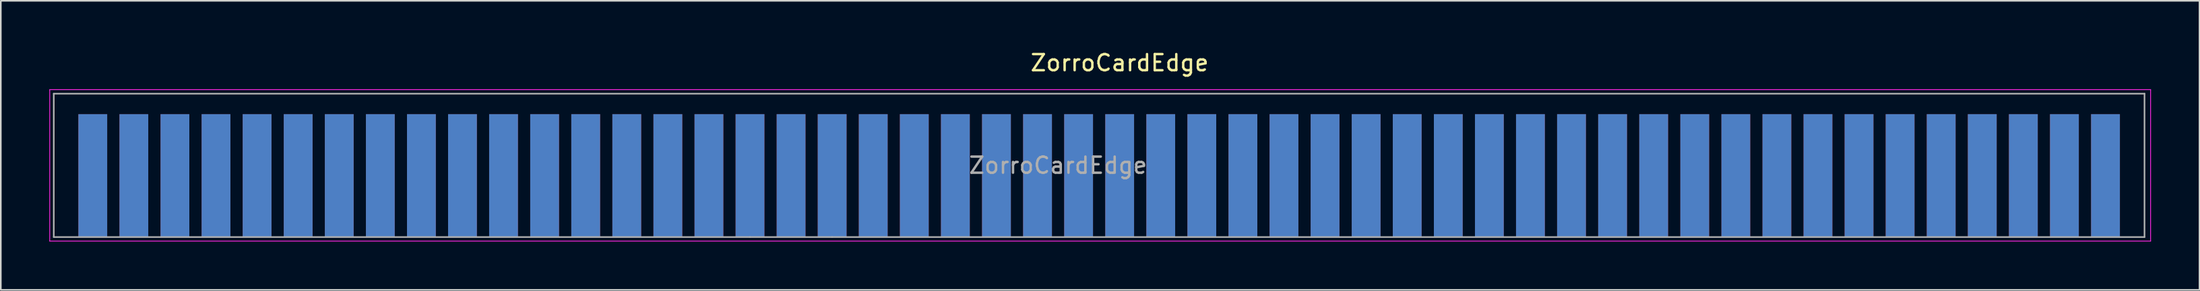
<source format=kicad_pcb>
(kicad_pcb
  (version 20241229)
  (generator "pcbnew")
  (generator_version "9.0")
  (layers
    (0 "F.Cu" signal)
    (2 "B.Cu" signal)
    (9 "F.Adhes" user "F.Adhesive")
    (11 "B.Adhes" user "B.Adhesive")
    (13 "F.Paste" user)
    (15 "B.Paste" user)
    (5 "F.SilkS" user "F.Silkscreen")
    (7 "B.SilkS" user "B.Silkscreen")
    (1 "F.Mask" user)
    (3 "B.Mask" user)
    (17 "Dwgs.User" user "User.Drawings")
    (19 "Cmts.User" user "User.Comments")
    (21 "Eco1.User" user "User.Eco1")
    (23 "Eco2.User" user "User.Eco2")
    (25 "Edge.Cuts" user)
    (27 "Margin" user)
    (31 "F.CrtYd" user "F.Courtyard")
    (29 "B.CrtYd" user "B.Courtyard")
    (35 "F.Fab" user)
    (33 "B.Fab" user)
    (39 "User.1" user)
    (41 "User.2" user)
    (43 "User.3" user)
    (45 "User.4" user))
  (footprint "ZorroCardEdge"
    (layer "F.Cu")
    (at 63.648 7.838)
    (property "Reference" "ZorroCardEdge" (at 2.54 -6.99 0) (layer "F.SilkS") (effects (font (size 1 1) (thickness 0.15))))
    (attr exclude_from_pos_files exclude_from_bom)
    (fp_line (start -63.623 -5.33) (end -63.623 4.06) (stroke (width 0.05) (type solid)) (layer "F.CrtYd"))
    (fp_line (start -63.623 -5.33) (end 66.29 -5.33) (stroke (width 0.05) (type solid)) (layer "F.CrtYd"))
    (fp_line (start 66.29 4.06) (end -63.623 4.06) (stroke (width 0.05) (type solid)) (layer "F.CrtYd"))
    (fp_line (start 66.29 4.06) (end 66.29 -5.33) (stroke (width 0.05) (type solid)) (layer "F.CrtYd"))
    (fp_line (start -63.373 -5.08) (end 65.913 -5.08) (stroke (width 0.1) (type solid)) (layer "F.Fab"))
    (fp_line (start -63.373 3.81) (end -63.373 -5.08) (stroke (width 0.1) (type solid)) (layer "F.Fab"))
    (fp_line (start -20.32 3.81) (end -63.373 3.81) (stroke (width 0.1) (type solid)) (layer "F.Fab"))
    (fp_line (start -20.32 3.81) (end -15.24 3.81) (stroke (width 0.1) (type solid)) (layer "F.Fab"))
    (fp_line (start 65.913 -5.08) (end 65.913 3.81) (stroke (width 0.1) (type solid)) (layer "F.Fab"))
    (fp_line (start 65.913 3.81) (end -15.24 3.81) (stroke (width 0.1) (type solid)) (layer "F.Fab"))
    (fp_text user "${REFERENCE}" (at -1.27 -0.635 0) (layer "F.Fab") (effects (font (size 1 1) (thickness 0.15))))
    (pad "1" connect rect (at 63.5 0) (size 1.78 7.62) (layers "B.Cu" "B.Mask"))
    (pad "2" connect rect (at 63.5 0) (size 1.78 7.62) (layers "F.Cu" "F.Mask"))
    (pad "3" connect rect (at 60.96 0) (size 1.78 7.62) (layers "B.Cu" "B.Mask"))
    (pad "4" connect rect (at 60.96 0) (size 1.78 7.62) (layers "F.Cu" "F.Mask"))
    (pad "5" connect rect (at 58.42 0) (size 1.78 7.62) (layers "B.Cu" "B.Mask"))
    (pad "6" connect rect (at 58.42 0) (size 1.78 7.62) (layers "F.Cu" "F.Mask"))
    (pad "7" connect rect (at 55.88 0) (size 1.78 7.62) (layers "B.Cu" "B.Mask"))
    (pad "8" connect rect (at 55.88 0) (size 1.78 7.62) (layers "F.Cu" "F.Mask"))
    (pad "9" connect rect (at 53.34 0) (size 1.78 7.62) (layers "B.Cu" "B.Mask"))
    (pad "10" connect rect (at 53.34 0) (size 1.78 7.62) (layers "F.Cu" "F.Mask"))
    (pad "11" connect rect (at 50.8 0) (size 1.78 7.62) (layers "B.Cu" "B.Mask"))
    (pad "12" connect rect (at 50.8 0) (size 1.78 7.62) (layers "F.Cu" "F.Mask"))
    (pad "13" connect rect (at 48.26 0) (size 1.78 7.62) (layers "B.Cu" "B.Mask"))
    (pad "14" connect rect (at 48.26 0) (size 1.78 7.62) (layers "F.Cu" "F.Mask"))
    (pad "15" connect rect (at 45.72 0) (size 1.78 7.62) (layers "B.Cu" "B.Mask"))
    (pad "16" connect rect (at 45.72 0) (size 1.78 7.62) (layers "F.Cu" "F.Mask"))
    (pad "17" connect rect (at 43.18 0) (size 1.78 7.62) (layers "B.Cu" "B.Mask"))
    (pad "18" connect rect (at 43.18 0) (size 1.78 7.62) (layers "F.Cu" "F.Mask"))
    (pad "19" connect rect (at 40.64 0) (size 1.78 7.62) (layers "B.Cu" "B.Mask"))
    (pad "20" connect rect (at 40.64 0) (size 1.78 7.62) (layers "F.Cu" "F.Mask"))
    (pad "21" connect rect (at 38.1 0) (size 1.78 7.62) (layers "B.Cu" "B.Mask"))
    (pad "22" connect rect (at 38.1 0) (size 1.78 7.62) (layers "F.Cu" "F.Mask"))
    (pad "23" connect rect (at 35.56 0) (size 1.78 7.62) (layers "B.Cu" "B.Mask"))
    (pad "24" connect rect (at 35.56 0) (size 1.78 7.62) (layers "F.Cu" "F.Mask"))
    (pad "25" connect rect (at 33.02 0) (size 1.78 7.62) (layers "B.Cu" "B.Mask"))
    (pad "26" connect rect (at 33.02 0) (size 1.78 7.62) (layers "F.Cu" "F.Mask"))
    (pad "27" connect rect (at 30.48 0) (size 1.78 7.62) (layers "B.Cu" "B.Mask"))
    (pad "28" connect rect (at 30.48 0) (size 1.78 7.62) (layers "F.Cu" "F.Mask"))
    (pad "29" connect rect (at 27.94 0) (size 1.78 7.62) (layers "B.Cu" "B.Mask"))
    (pad "30" connect rect (at 27.94 0) (size 1.78 7.62) (layers "F.Cu" "F.Mask"))
    (pad "31" connect rect (at 25.4 0) (size 1.78 7.62) (layers "B.Cu" "B.Mask"))
    (pad "32" connect rect (at 25.4 0) (size 1.78 7.62) (layers "F.Cu" "F.Mask"))
    (pad "33" connect rect (at 22.86 0) (size 1.78 7.62) (layers "B.Cu" "B.Mask"))
    (pad "34" connect rect (at 22.86 0) (size 1.78 7.62) (layers "F.Cu" "F.Mask"))
    (pad "35" connect rect (at 20.32 0) (size 1.78 7.62) (layers "B.Cu" "B.Mask"))
    (pad "36" connect rect (at 20.32 0) (size 1.78 7.62) (layers "F.Cu" "F.Mask"))
    (pad "37" connect rect (at 17.78 0) (size 1.78 7.62) (layers "B.Cu" "B.Mask"))
    (pad "38" connect rect (at 17.78 0) (size 1.78 7.62) (layers "F.Cu" "F.Mask"))
    (pad "39" connect rect (at 15.24 0) (size 1.78 7.62) (layers "B.Cu" "B.Mask"))
    (pad "40" connect rect (at 15.24 0) (size 1.78 7.62) (layers "F.Cu" "F.Mask"))
    (pad "41" connect rect (at 12.7 0) (size 1.78 7.62) (layers "B.Cu" "B.Mask"))
    (pad "42" connect rect (at 12.7 0) (size 1.78 7.62) (layers "F.Cu" "F.Mask"))
    (pad "43" connect rect (at 10.16 0) (size 1.78 7.62) (layers "B.Cu" "B.Mask"))
    (pad "44" connect rect (at 10.16 0) (size 1.78 7.62) (layers "F.Cu" "F.Mask"))
    (pad "45" connect rect (at 7.62 0) (size 1.78 7.62) (layers "B.Cu" "B.Mask"))
    (pad "46" connect rect (at 7.62 0) (size 1.78 7.62) (layers "F.Cu" "F.Mask"))
    (pad "47" connect rect (at 5.08 0) (size 1.78 7.62) (layers "B.Cu" "B.Mask"))
    (pad "48" connect rect (at 5.08 0) (size 1.78 7.62) (layers "F.Cu" "F.Mask"))
    (pad "49" connect rect (at 2.54 0) (size 1.78 7.62) (layers "B.Cu" "B.Mask"))
    (pad "50" connect rect (at 2.54 0) (size 1.78 7.62) (layers "F.Cu" "F.Mask"))
    (pad "51" connect rect (at 0 0) (size 1.78 7.62) (layers "B.Cu" "B.Mask"))
    (pad "52" connect rect (at 0 0) (size 1.78 7.62) (layers "F.Cu" "F.Mask"))
    (pad "53" connect rect (at -2.54 0) (size 1.78 7.62) (layers "B.Cu" "B.Mask"))
    (pad "54" connect rect (at -2.54 0) (size 1.78 7.62) (layers "F.Cu" "F.Mask"))
    (pad "55" connect rect (at -5.08 0) (size 1.78 7.62) (layers "B.Cu" "B.Mask"))
    (pad "56" connect rect (at -5.08 0) (size 1.78 7.62) (layers "F.Cu" "F.Mask"))
    (pad "57" connect rect (at -7.62 0) (size 1.78 7.62) (layers "B.Cu" "B.Mask"))
    (pad "58" connect rect (at -7.62 0) (size 1.78 7.62) (layers "F.Cu" "F.Mask"))
    (pad "59" connect rect (at -10.16 0) (size 1.78 7.62) (layers "B.Cu" "B.Mask"))
    (pad "60" connect rect (at -10.16 0) (size 1.78 7.62) (layers "F.Cu" "F.Mask"))
    (pad "61" connect rect (at -12.7 0) (size 1.78 7.62) (layers "B.Cu" "B.Mask"))
    (pad "62" connect rect (at -12.7 0) (size 1.78 7.62) (layers "F.Cu" "F.Mask"))
    (pad "63" connect rect (at -15.24 0) (size 1.78 7.62) (layers "B.Cu" "B.Mask"))
    (pad "64" connect rect (at -15.24 0) (size 1.78 7.62) (layers "F.Cu" "F.Mask"))
    (pad "65" connect rect (at -17.78 0) (size 1.78 7.62) (layers "B.Cu" "B.Mask"))
    (pad "66" connect rect (at -17.78 0) (size 1.78 7.62) (layers "F.Cu" "F.Mask"))
    (pad "67" connect rect (at -20.32 0) (size 1.78 7.62) (layers "B.Cu" "B.Mask"))
    (pad "68" connect rect (at -20.32 0) (size 1.78 7.62) (layers "F.Cu" "F.Mask"))
    (pad "69" connect rect (at -22.86 0) (size 1.78 7.62) (layers "B.Cu" "B.Mask"))
    (pad "70" connect rect (at -22.86 0) (size 1.78 7.62) (layers "F.Cu" "F.Mask"))
    (pad "71" connect rect (at -25.4 0) (size 1.78 7.62) (layers "B.Cu" "B.Mask"))
    (pad "72" connect rect (at -25.4 0) (size 1.78 7.62) (layers "F.Cu" "F.Mask"))
    (pad "73" connect rect (at -27.94 0) (size 1.78 7.62) (layers "B.Cu" "B.Mask"))
    (pad "74" connect rect (at -27.94 0) (size 1.78 7.62) (layers "F.Cu" "F.Mask"))
    (pad "75" connect rect (at -30.48 0) (size 1.78 7.62) (layers "B.Cu" "B.Mask"))
    (pad "76" connect rect (at -30.48 0) (size 1.78 7.62) (layers "F.Cu" "F.Mask"))
    (pad "77" connect rect (at -33.02 0) (size 1.78 7.62) (layers "B.Cu" "B.Mask"))
    (pad "78" connect rect (at -33.02 0) (size 1.78 7.62) (layers "F.Cu" "F.Mask"))
    (pad "79" connect rect (at -35.56 0) (size 1.78 7.62) (layers "B.Cu" "B.Mask"))
    (pad "80" connect rect (at -35.56 0) (size 1.78 7.62) (layers "F.Cu" "F.Mask"))
    (pad "81" connect rect (at -38.1 0) (size 1.78 7.62) (layers "B.Cu" "B.Mask"))
    (pad "82" connect rect (at -38.1 0) (size 1.78 7.62) (layers "F.Cu" "F.Mask"))
    (pad "83" connect rect (at -40.64 0) (size 1.78 7.62) (layers "B.Cu" "B.Mask"))
    (pad "84" connect rect (at -40.64 0) (size 1.78 7.62) (layers "F.Cu" "F.Mask"))
    (pad "85" connect rect (at -43.18 0) (size 1.78 7.62) (layers "B.Cu" "B.Mask"))
    (pad "86" connect rect (at -43.18 0) (size 1.78 7.62) (layers "F.Cu" "F.Mask"))
    (pad "87" connect rect (at -45.72 0) (size 1.78 7.62) (layers "B.Cu" "B.Mask"))
    (pad "88" connect rect (at -45.72 0) (size 1.78 7.62) (layers "F.Cu" "F.Mask"))
    (pad "89" connect rect (at -48.26 0) (size 1.78 7.62) (layers "B.Cu" "B.Mask"))
    (pad "90" connect rect (at -48.26 0) (size 1.78 7.62) (layers "F.Cu" "F.Mask"))
    (pad "91" connect rect (at -50.8 0) (size 1.78 7.62) (layers "B.Cu" "B.Mask"))
    (pad "92" connect rect (at -50.8 0) (size 1.78 7.62) (layers "F.Cu" "F.Mask"))
    (pad "93" connect rect (at -53.34 0) (size 1.78 7.62) (layers "B.Cu" "B.Mask"))
    (pad "94" connect rect (at -53.34 0) (size 1.78 7.62) (layers "F.Cu" "F.Mask"))
    (pad "95" connect rect (at -55.88 0) (size 1.78 7.62) (layers "B.Cu" "B.Mask"))
    (pad "96" connect rect (at -55.88 0) (size 1.78 7.62) (layers "F.Cu" "F.Mask"))
    (pad "97" connect rect (at -58.42 0) (size 1.78 7.62) (layers "B.Cu" "B.Mask"))
    (pad "98" connect rect (at -58.42 0) (size 1.78 7.62) (layers "F.Cu" "F.Mask"))
    (pad "99" connect rect (at -60.96 0) (size 1.78 7.62) (layers "B.Cu" "B.Mask"))
    (pad "100" connect rect (at -60.96 0) (size 1.78 7.62) (layers "F.Cu" "F.Mask")))
  (gr_rect
    (start -3 -3)
    (end 132.963 14.923)
    (stroke (width 0.1) (type default))
    (fill no)
    (layer "Edge.Cuts")))
</source>
